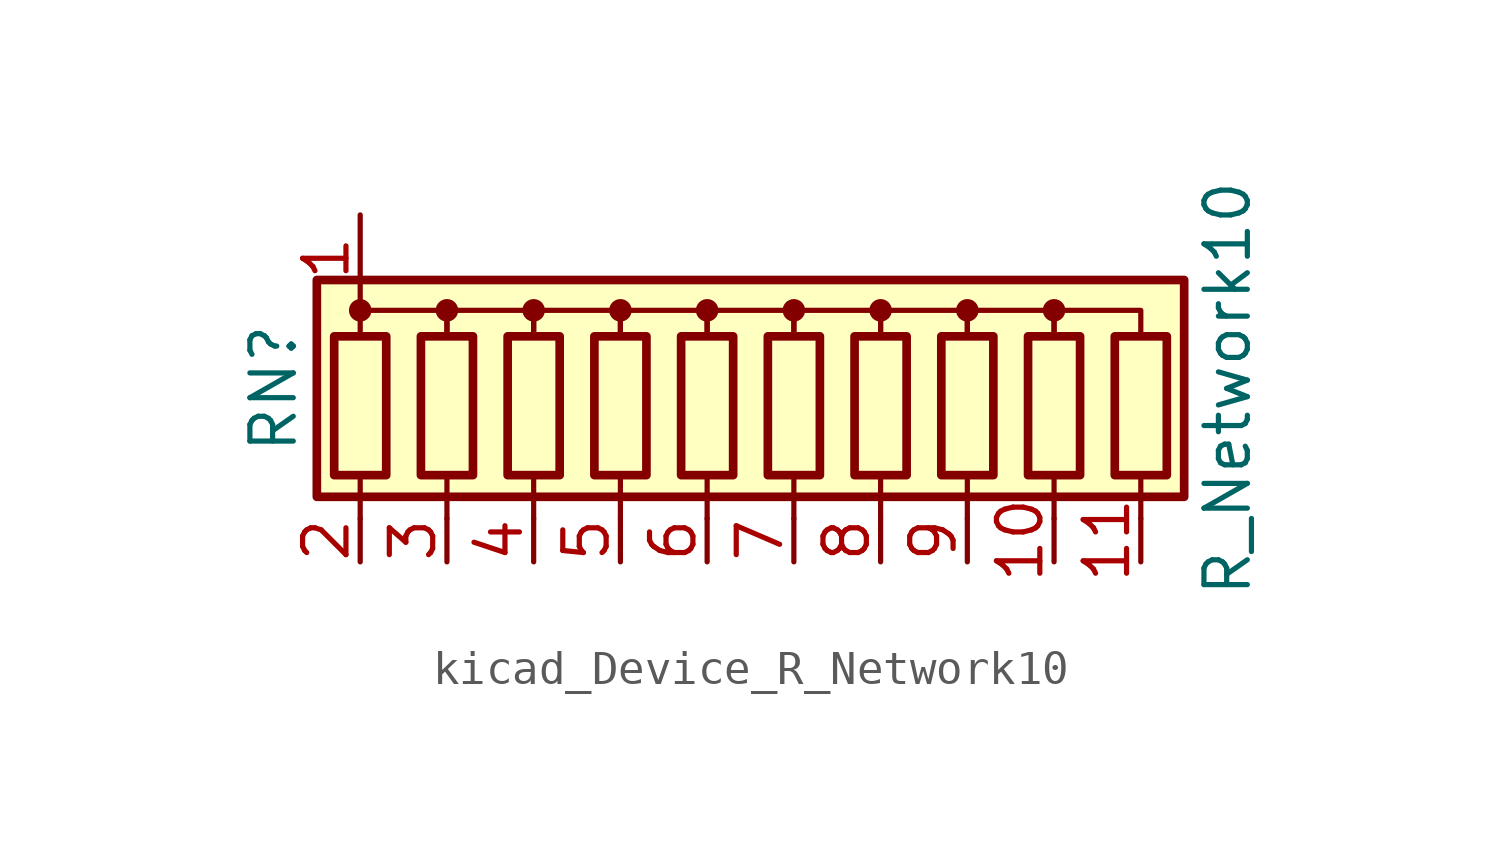
<source format=kicad_sym>
(kicad_symbol_lib
  (version 20220914)
  (generator kicad_symbol_editor)
  (symbol "kicad_Device_R_Network10"
    (pin_names
      (offset 0) hide)
    (property "Reference" "RN"
      (at -15.24 0 90)
      (effects (font (size 1.27 1.27))))
    (property "Value" "R_Network10"
      (at 12.7 0 90)
      (effects (font (size 1.27 1.27))))
    (symbol "kicad_Device_R_Network10_0_1"
      (rectangle (start -13.97 -3.175) (end 11.43 3.175) (stroke (width 0.254) (type default)) (fill (type background)))
      (rectangle (start -13.462 1.524) (end -11.938 -2.54) (stroke (width 0.254) (type default)) (fill (type none)))
      (circle (center -12.7 2.286) (radius 0.254) (stroke (width 0) (type default)) (fill (type outline)))
      (rectangle (start -10.922 1.524) (end -9.398 -2.54) (stroke (width 0.254) (type default)) (fill (type none)))
      (circle (center -10.16 2.286) (radius 0.254) (stroke (width 0) (type default)) (fill (type outline)))
      (rectangle (start -8.382 1.524) (end -6.858 -2.54) (stroke (width 0.254) (type default)) (fill (type none)))
      (circle (center -7.62 2.286) (radius 0.254) (stroke (width 0) (type default)) (fill (type outline)))
      (rectangle (start -5.842 1.524) (end -4.318 -2.54) (stroke (width 0.254) (type default)) (fill (type none)))
      (circle (center -5.08 2.286) (radius 0.254) (stroke (width 0) (type default)) (fill (type outline)))
      (rectangle (start -3.302 1.524) (end -1.778 -2.54) (stroke (width 0.254) (type default)) (fill (type none)))
      (circle (center -2.54 2.286) (radius 0.254) (stroke (width 0) (type default)) (fill (type outline)))
      (rectangle (start -0.762 1.524) (end 0.762 -2.54) (stroke (width 0.254) (type default)) (fill (type none)))
      (polyline (pts (xy -12.7 -2.54) (xy -12.7 -3.81)) (stroke (width 0) (type default)) (fill (type none)))
      (polyline (pts (xy -10.16 -2.54) (xy -10.16 -3.81)) (stroke (width 0) (type default)) (fill (type none)))
      (polyline (pts (xy -7.62 -2.54) (xy -7.62 -3.81)) (stroke (width 0) (type default)) (fill (type none)))
      (polyline (pts (xy -5.08 -2.54) (xy -5.08 -3.81)) (stroke (width 0) (type default)) (fill (type none)))
      (polyline (pts (xy -2.54 -2.54) (xy -2.54 -3.81)) (stroke (width 0) (type default)) (fill (type none)))
      (polyline (pts (xy 0 -2.54) (xy 0 -3.81)) (stroke (width 0) (type default)) (fill (type none)))
      (polyline (pts (xy 2.54 -2.54) (xy 2.54 -3.81)) (stroke (width 0) (type default)) (fill (type none)))
      (polyline (pts (xy 5.08 -2.54) (xy 5.08 -3.81)) (stroke (width 0) (type default)) (fill (type none)))
      (polyline (pts (xy 7.62 -2.54) (xy 7.62 -3.81)) (stroke (width 0) (type default)) (fill (type none)))
      (polyline (pts (xy 10.16 -2.54) (xy 10.16 -3.81)) (stroke (width 0) (type default)) (fill (type none)))
      (polyline (pts (xy -12.7 1.524) (xy -12.7 2.286) (xy -10.16 2.286) (xy -10.16 1.524)) (stroke (width 0) (type default)) (fill (type none)))
      (polyline (pts (xy -10.16 1.524) (xy -10.16 2.286) (xy -7.62 2.286) (xy -7.62 1.524)) (stroke (width 0) (type default)) (fill (type none)))
      (polyline (pts (xy -7.62 1.524) (xy -7.62 2.286) (xy -5.08 2.286) (xy -5.08 1.524)) (stroke (width 0) (type default)) (fill (type none)))
      (polyline (pts (xy -5.08 1.524) (xy -5.08 2.286) (xy -2.54 2.286) (xy -2.54 1.524)) (stroke (width 0) (type default)) (fill (type none)))
      (polyline (pts (xy -2.54 1.524) (xy -2.54 2.286) (xy 0 2.286) (xy 0 1.524)) (stroke (width 0) (type default)) (fill (type none)))
      (polyline (pts (xy 0 1.524) (xy 0 2.286) (xy 2.54 2.286) (xy 2.54 1.524)) (stroke (width 0) (type default)) (fill (type none)))
      (polyline (pts (xy 2.54 1.524) (xy 2.54 2.286) (xy 5.08 2.286) (xy 5.08 1.524)) (stroke (width 0) (type default)) (fill (type none)))
      (polyline (pts (xy 5.08 1.524) (xy 5.08 2.286) (xy 7.62 2.286) (xy 7.62 1.524)) (stroke (width 0) (type default)) (fill (type none)))
      (polyline (pts (xy 7.62 1.524) (xy 7.62 2.286) (xy 10.16 2.286) (xy 10.16 1.524)) (stroke (width 0) (type default)) (fill (type none)))
      (circle (center 0 2.286) (radius 0.254) (stroke (width 0) (type default)) (fill (type outline)))
      (rectangle (start 1.778 1.524) (end 3.302 -2.54) (stroke (width 0.254) (type default)) (fill (type none)))
      (circle (center 2.54 2.286) (radius 0.254) (stroke (width 0) (type default)) (fill (type outline)))
      (rectangle (start 4.318 1.524) (end 5.842 -2.54) (stroke (width 0.254) (type default)) (fill (type none)))
      (circle (center 5.08 2.286) (radius 0.254) (stroke (width 0) (type default)) (fill (type outline)))
      (rectangle (start 6.858 1.524) (end 8.382 -2.54) (stroke (width 0.254) (type default)) (fill (type none)))
      (circle (center 7.62 2.286) (radius 0.254) (stroke (width 0) (type default)) (fill (type outline)))
      (rectangle (start 9.398 1.524) (end 10.922 -2.54) (stroke (width 0.254) (type default)) (fill (type none))))
    (symbol "kicad_Device_R_Network10_1_1"
      (pin passive line (at -12.7 5.08 270) (length 2.54) (name "common" (effects (font (size 1.27 1.27)))) (number "1" (effects (font (size 1.27 1.27)))))
      (pin passive line (at 7.62 -5.08 90) (length 1.27) (name "R9" (effects (font (size 1.27 1.27)))) (number "10" (effects (font (size 1.27 1.27)))))
      (pin passive line (at 10.16 -5.08 90) (length 1.27) (name "R10" (effects (font (size 1.27 1.27)))) (number "11" (effects (font (size 1.27 1.27)))))
      (pin passive line (at -12.7 -5.08 90) (length 1.27) (name "R1" (effects (font (size 1.27 1.27)))) (number "2" (effects (font (size 1.27 1.27)))))
      (pin passive line (at -10.16 -5.08 90) (length 1.27) (name "R2" (effects (font (size 1.27 1.27)))) (number "3" (effects (font (size 1.27 1.27)))))
      (pin passive line (at -7.62 -5.08 90) (length 1.27) (name "R3" (effects (font (size 1.27 1.27)))) (number "4" (effects (font (size 1.27 1.27)))))
      (pin passive line (at -5.08 -5.08 90) (length 1.27) (name "R4" (effects (font (size 1.27 1.27)))) (number "5" (effects (font (size 1.27 1.27)))))
      (pin passive line (at -2.54 -5.08 90) (length 1.27) (name "R5" (effects (font (size 1.27 1.27)))) (number "6" (effects (font (size 1.27 1.27)))))
      (pin passive line (at 0 -5.08 90) (length 1.27) (name "R6" (effects (font (size 1.27 1.27)))) (number "7" (effects (font (size 1.27 1.27)))))
      (pin passive line (at 2.54 -5.08 90) (length 1.27) (name "R7" (effects (font (size 1.27 1.27)))) (number "8" (effects (font (size 1.27 1.27)))))
      (pin passive line (at 5.08 -5.08 90) (length 1.27) (name "R8" (effects (font (size 1.27 1.27)))) (number "9" (effects (font (size 1.27 1.27))))))))
</source>
